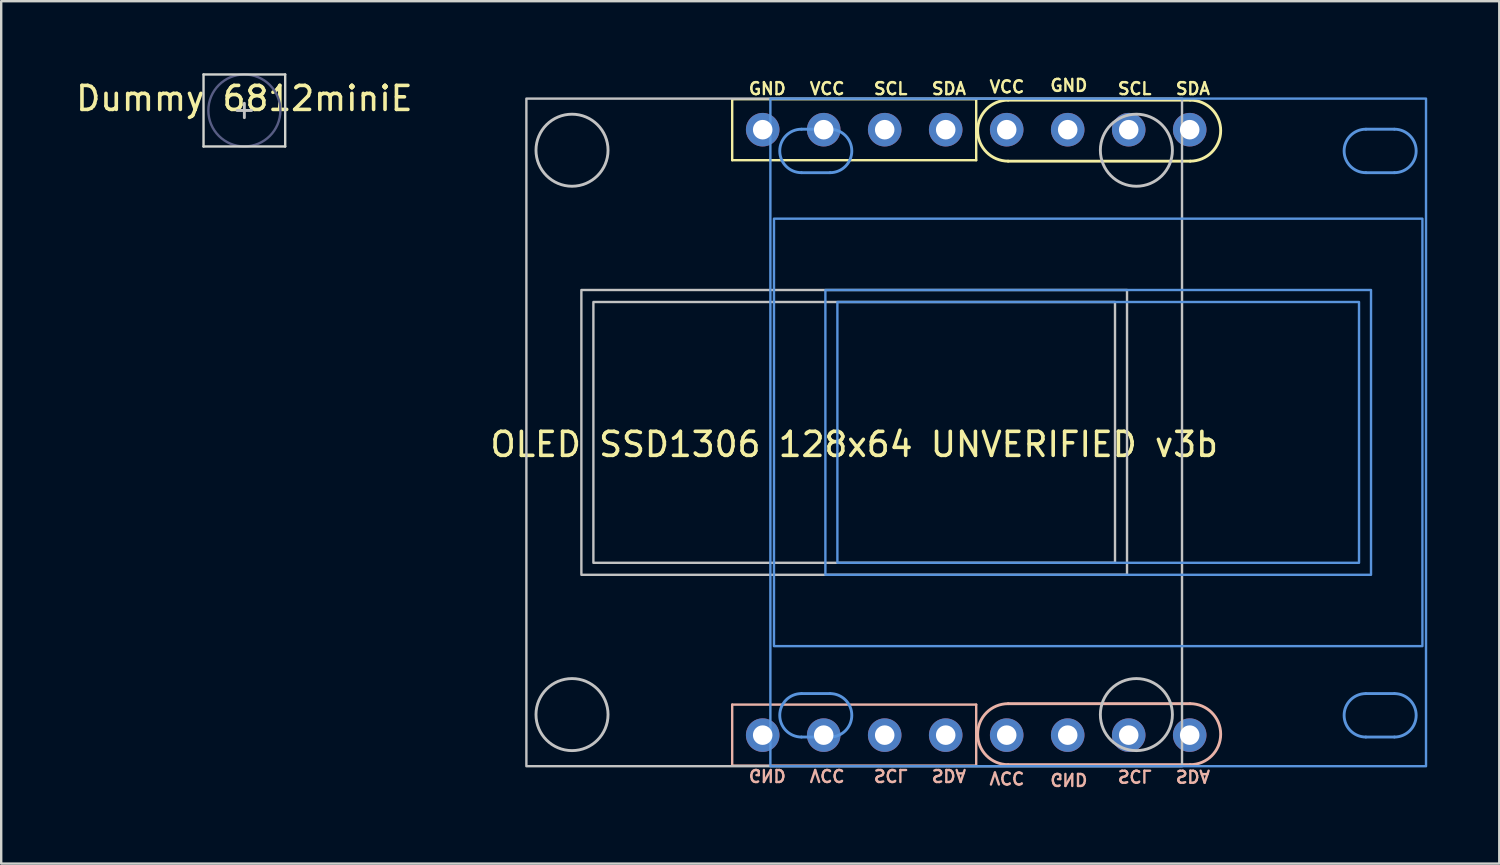
<source format=kicad_pcb>
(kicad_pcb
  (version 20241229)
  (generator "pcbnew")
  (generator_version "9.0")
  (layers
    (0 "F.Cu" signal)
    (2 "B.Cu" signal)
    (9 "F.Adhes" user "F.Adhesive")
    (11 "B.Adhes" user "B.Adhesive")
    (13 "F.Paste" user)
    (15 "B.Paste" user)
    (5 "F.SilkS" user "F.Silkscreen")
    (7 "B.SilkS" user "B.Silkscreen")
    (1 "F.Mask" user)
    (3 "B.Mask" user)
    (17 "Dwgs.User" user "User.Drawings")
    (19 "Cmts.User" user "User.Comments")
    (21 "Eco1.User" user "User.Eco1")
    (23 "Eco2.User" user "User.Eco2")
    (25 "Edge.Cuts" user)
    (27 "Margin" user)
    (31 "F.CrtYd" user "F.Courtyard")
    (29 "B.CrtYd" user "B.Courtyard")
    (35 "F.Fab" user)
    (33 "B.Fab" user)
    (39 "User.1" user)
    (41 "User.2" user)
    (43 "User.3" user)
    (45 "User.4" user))
  (footprint "Dummy 6812miniE"
    (layer "F.Cu")
    (at 7.125 1.55)
    (property "Reference" "Dummy 6812miniE" (at 0 -0.5 0) (unlocked yes) (layer "F.SilkS") (effects (font (size 1 1) (thickness 0.15))))
    (attr smd board_only allow_missing_courtyard)
    (fp_line (start -0.3 0) (end 0.3 0) (stroke (width 0.12) (type solid)) (layer "Dwgs.User"))
    (fp_line (start 0 -0.3) (end 0 0.3) (stroke (width 0.12) (type solid)) (layer "Dwgs.User"))
    (fp_line (start -1.7 1.5) (end -1.7 -1.5) (stroke (width 0.1) (type solid)) (layer "Edge.Cuts"))
    (fp_line (start 1.7 -1.5) (end -1.7 -1.5) (stroke (width 0.1) (type solid)) (layer "Edge.Cuts"))
    (fp_line (start 1.7 -1.5) (end 1.7 1.5) (stroke (width 0.1) (type solid)) (layer "Edge.Cuts"))
    (fp_line (start 1.7 1.5) (end -1.7 1.5) (stroke (width 0.1) (type solid)) (layer "Edge.Cuts"))
    (fp_circle (center 0 0) (end 0 1.5) (stroke (width 0.1) (type solid)) (fill no) (layer "B.Fab")))
  (footprint "OLED SSD1306 128x64 UNVERIFIED v3b"
    (layer "F.Cu")
    (at 32.508 14.985)
    (property "Reference" "OLED SSD1306 128x64 UNVERIFIED v3b" (at 0.01 0.47 0) (unlocked yes) (layer "F.SilkS") (effects (font (size 1 1) (thickness 0.15))))
    (attr through_hole exclude_from_pos_files exclude_from_bom)
    (fp_line (start -5.07 -11.365) (end -5.07 -13.905) (stroke (width 0.1) (type solid)) (layer "F.SilkS"))
    (fp_line (start -5.07 -11.365) (end 5.09 -11.365) (stroke (width 0.1) (type solid)) (layer "F.SilkS"))
    (fp_line (start 5.09 -13.905) (end -5.07 -13.905) (stroke (width 0.1) (type solid)) (layer "F.SilkS"))
    (fp_line (start 5.09 -13.905) (end 5.09 -11.365) (stroke (width 0.1) (type solid)) (layer "F.SilkS"))
    (fp_line (start 6.42 -11.325) (end 14 -11.325) (stroke (width 0.12) (type default)) (layer "F.SilkS"))
    (fp_line (start 14 -13.865) (end 6.42 -13.865) (stroke (width 0.12) (type default)) (layer "F.SilkS"))
    (fp_arc (start 6.42 -11.325) (mid 5.15 -12.595) (end 6.42 -13.865) (stroke (width 0.12) (type default)) (layer "F.SilkS"))
    (fp_arc (start 14 -13.865) (mid 15.27 -12.595) (end 14 -11.325) (stroke (width 0.12) (type default)) (layer "F.SilkS"))
    (fp_line (start -5.07 11.305) (end -5.07 13.845) (stroke (width 0.1) (type solid)) (layer "B.SilkS"))
    (fp_line (start -5.07 11.305) (end 5.09 11.305) (stroke (width 0.1) (type solid)) (layer "B.SilkS"))
    (fp_line (start 5.09 13.845) (end -5.07 13.845) (stroke (width 0.1) (type solid)) (layer "B.SilkS"))
    (fp_line (start 5.09 13.845) (end 5.09 11.305) (stroke (width 0.1) (type solid)) (layer "B.SilkS"))
    (fp_line (start 6.42 11.265) (end 14 11.265) (stroke (width 0.12) (type default)) (layer "B.SilkS"))
    (fp_line (start 14 13.805) (end 6.42 13.805) (stroke (width 0.12) (type default)) (layer "B.SilkS"))
    (fp_arc (start 6.42 13.805) (mid 5.15 12.535) (end 6.42 11.265) (stroke (width 0.12) (type default)) (layer "B.SilkS"))
    (fp_arc (start 14 11.265) (mid 15.27 12.535) (end 14 13.805) (stroke (width 0.12) (type default)) (layer "B.SilkS"))
    (fp_rect (start -11.35 5.9) (end 11.37 -5.96) (stroke (width 0.1) (type solid)) (fill no) (layer "Dwgs.User"))
    (fp_rect (start -10.85 5.4) (end 10.87 -5.46) (stroke (width 0.1) (type solid)) (fill no) (layer "Dwgs.User"))
    (fp_rect (start 13.66 13.87) (end -13.64 -13.93) (stroke (width 0.1) (type solid)) (fill no) (layer "Dwgs.User"))
    (fp_circle (center -11.74 -11.78) (end -10.24 -11.78) (stroke (width 0.12) (type default)) (fill no) (layer "Dwgs.User"))
    (fp_circle (center -11.74 11.72) (end -10.24 11.72) (stroke (width 0.12) (type default)) (fill no) (layer "Dwgs.User"))
    (fp_circle (center 11.76 -11.78) (end 13.26 -11.78) (stroke (width 0.12) (type default)) (fill no) (layer "Dwgs.User"))
    (fp_circle (center 11.76 11.72) (end 13.26 11.72) (stroke (width 0.12) (type default)) (fill no) (layer "Dwgs.User"))
    (fp_line (start -2.185 -10.845) (end -0.995 -10.845) (stroke (width 0.12) (type default)) (layer "Cmts.User"))
    (fp_line (start -2.185 12.655) (end -0.995 12.655) (stroke (width 0.12) (type default)) (layer "Cmts.User"))
    (fp_line (start -0.995 -12.655) (end -2.185 -12.655) (stroke (width 0.12) (type default)) (layer "Cmts.User"))
    (fp_line (start -0.995 10.845) (end -2.185 10.845) (stroke (width 0.12) (type default)) (layer "Cmts.User"))
    (fp_line (start 21.315 -10.845) (end 22.505 -10.845) (stroke (width 0.12) (type default)) (layer "Cmts.User"))
    (fp_line (start 21.315 12.655) (end 22.505 12.655) (stroke (width 0.12) (type default)) (layer "Cmts.User"))
    (fp_line (start 22.505 -12.655) (end 21.315 -12.655) (stroke (width 0.12) (type default)) (layer "Cmts.User"))
    (fp_line (start 22.505 10.845) (end 21.315 10.845) (stroke (width 0.12) (type default)) (layer "Cmts.User"))
    (fp_rect (start -3.48 -13.93) (end 23.82 13.87) (stroke (width 0.1) (type solid)) (fill no) (layer "Cmts.User"))
    (fp_rect (start 21.03 -5.46) (end -0.69 5.4) (stroke (width 0.1) (type solid)) (fill no) (layer "Cmts.User"))
    (fp_rect (start 21.53 -5.96) (end -1.19 5.9) (stroke (width 0.1) (type solid)) (fill no) (layer "Cmts.User"))
    (fp_rect (start 23.67 -8.93) (end -3.33 8.87) (stroke (width 0.1) (type solid)) (fill no) (layer "Cmts.User"))
    (fp_arc (start -2.185 -10.845) (mid -3.09 -11.75) (end -2.185 -12.655) (stroke (width 0.12) (type default)) (layer "Cmts.User"))
    (fp_arc (start -2.185 12.655) (mid -3.09 11.75) (end -2.185 10.845) (stroke (width 0.12) (type default)) (layer "Cmts.User"))
    (fp_arc (start -0.995 -12.655) (mid -0.09 -11.75) (end -0.995 -10.845) (stroke (width 0.12) (type default)) (layer "Cmts.User"))
    (fp_arc (start -0.995 10.845) (mid -0.09 11.75) (end -0.995 12.655) (stroke (width 0.12) (type default)) (layer "Cmts.User"))
    (fp_arc (start 21.315 -10.845) (mid 20.41 -11.75) (end 21.315 -12.655) (stroke (width 0.12) (type default)) (layer "Cmts.User"))
    (fp_arc (start 21.315 12.655) (mid 20.41 11.75) (end 21.315 10.845) (stroke (width 0.12) (type default)) (layer "Cmts.User"))
    (fp_arc (start 22.505 -12.655) (mid 23.41 -11.75) (end 22.505 -10.845) (stroke (width 0.12) (type default)) (layer "Cmts.User"))
    (fp_arc (start 22.505 10.845) (mid 23.41 11.75) (end 22.505 12.655) (stroke (width 0.12) (type default)) (layer "Cmts.User"))
    (fp_rect (start -13.48 -8.93) (end 23.67 8.86) (stroke (width 0.12) (type default)) (fill no) (layer "User.7"))
    (fp_text user "GND" (at 8.12 -14.185 0) (unlocked yes) (layer "F.SilkS") (effects (font (size 0.5 0.5) (thickness 0.1)) (justify left bottom)))
    (fp_text user "VCC" (at -1.895 -14.05 0) (unlocked yes) (layer "F.SilkS") (effects (font (size 0.5 0.5) (thickness 0.1)) (justify left bottom)))
    (fp_text user "SDA" (at 3.185 -14.05 0) (unlocked yes) (layer "F.SilkS") (effects (font (size 0.5 0.5) (thickness 0.1)) (justify left bottom)))
    (fp_text user "SCL" (at 10.932 -14.05 0) (unlocked yes) (layer "F.SilkS") (effects (font (size 0.5 0.5) (thickness 0.1)) (justify left bottom)))
    (fp_text user "GND" (at -4.435 -14.05 0) (unlocked yes) (layer "F.SilkS") (effects (font (size 0.5 0.5) (thickness 0.1)) (justify left bottom)))
    (fp_text user "VCC" (at 5.59 -14.125 0) (unlocked yes) (layer "F.SilkS") (effects (font (size 0.5 0.5) (thickness 0.1)) (justify left bottom)))
    (fp_text user "SCL" (at 0.772 -14.05 0) (unlocked yes) (layer "F.SilkS") (effects (font (size 0.5 0.5) (thickness 0.1)) (justify left bottom)))
    (fp_text user "SDA" (at 13.345 -14.05 0) (unlocked yes) (layer "F.SilkS") (effects (font (size 0.5 0.5) (thickness 0.1)) (justify left bottom)))
    (fp_text user "VCC" (at -1.895 13.96 180) (unlocked yes) (layer "B.SilkS") (effects (font (size 0.5 0.5) (thickness 0.1)) (justify left bottom mirror)))
    (fp_text user "VCC" (at 5.59 14.065 180) (unlocked yes) (layer "B.SilkS") (effects (font (size 0.5 0.5) (thickness 0.1)) (justify left bottom mirror)))
    (fp_text user "SCL" (at 10.932 13.99 180) (unlocked yes) (layer "B.SilkS") (effects (font (size 0.5 0.5) (thickness 0.1)) (justify left bottom mirror)))
    (fp_text user "SCL" (at 0.772 13.96 180) (unlocked yes) (layer "B.SilkS") (effects (font (size 0.5 0.5) (thickness 0.1)) (justify left bottom mirror)))
    (fp_text user "SDA" (at 3.185 13.96 180) (unlocked yes) (layer "B.SilkS") (effects (font (size 0.5 0.5) (thickness 0.1)) (justify left bottom mirror)))
    (fp_text user "GND" (at 8.12 14.125 180) (unlocked yes) (layer "B.SilkS") (effects (font (size 0.5 0.5) (thickness 0.1)) (justify left bottom mirror)))
    (fp_text user "SDA" (at 13.345 13.99 180) (unlocked yes) (layer "B.SilkS") (effects (font (size 0.5 0.5) (thickness 0.1)) (justify left bottom mirror)))
    (fp_text user "GND" (at -4.435 13.96 180) (unlocked yes) (layer "B.SilkS") (effects (font (size 0.5 0.5) (thickness 0.1)) (justify left bottom mirror)))
    (pad "1" thru_hole circle (at 3.82 -12.635) (size 1.397 1.397) (drill 0.813) (layers "*.Cu" "B.Mask"))
    (pad "1" thru_hole circle (at 3.82 12.575 180) (size 1.397 1.397) (drill 0.813) (layers "*.Cu" "F.Mask"))
    (pad "1" thru_hole circle (at 13.98 -12.635) (size 1.397 1.397) (drill 0.813) (layers "*.Cu" "B.Mask"))
    (pad "1" thru_hole circle (at 13.98 12.575 180) (size 1.397 1.397) (drill 0.813) (layers "*.Cu" "F.Mask"))
    (pad "2" thru_hole circle (at 1.28 -12.635) (size 1.397 1.397) (drill 0.813) (layers "*.Cu" "B.Mask"))
    (pad "2" thru_hole circle (at 1.28 12.575 180) (size 1.397 1.397) (drill 0.813) (layers "*.Cu" "F.Mask"))
    (pad "2" thru_hole circle (at 11.44 -12.635) (size 1.397 1.397) (drill 0.813) (layers "*.Cu" "B.Mask"))
    (pad "2" thru_hole circle (at 11.44 12.575 180) (size 1.397 1.397) (drill 0.813) (layers "*.Cu" "F.Mask"))
    (pad "3" thru_hole circle (at -1.26 -12.635) (size 1.397 1.397) (drill 0.813) (layers "*.Cu" "B.Mask"))
    (pad "3" thru_hole circle (at -1.26 12.575 180) (size 1.397 1.397) (drill 0.813) (layers "*.Cu" "F.Mask"))
    (pad "3" thru_hole circle (at 6.36 -12.635) (size 1.397 1.397) (drill 0.813) (layers "*.Cu" "B.Mask"))
    (pad "3" thru_hole circle (at 6.36 12.575 180) (size 1.397 1.397) (drill 0.813) (layers "*.Cu" "F.Mask"))
    (pad "4" thru_hole circle (at -3.8 -12.635) (size 1.397 1.397) (drill 0.813) (layers "*.Cu" "B.Mask"))
    (pad "4" thru_hole circle (at -3.8 12.575 180) (size 1.397 1.397) (drill 0.813) (layers "*.Cu" "F.Mask"))
    (pad "4" thru_hole circle (at 8.9 -12.635) (size 1.397 1.397) (drill 0.813) (layers "*.Cu" "B.Mask"))
    (pad "4" thru_hole circle (at 8.9 12.575 180) (size 1.397 1.397) (drill 0.813) (layers "*.Cu" "F.Mask")))
  (gr_rect
    (start -3 -3)
    (end 59.378 32.91)
    (stroke (width 0.1) (type default))
    (fill no)
    (layer "Edge.Cuts")))
</source>
